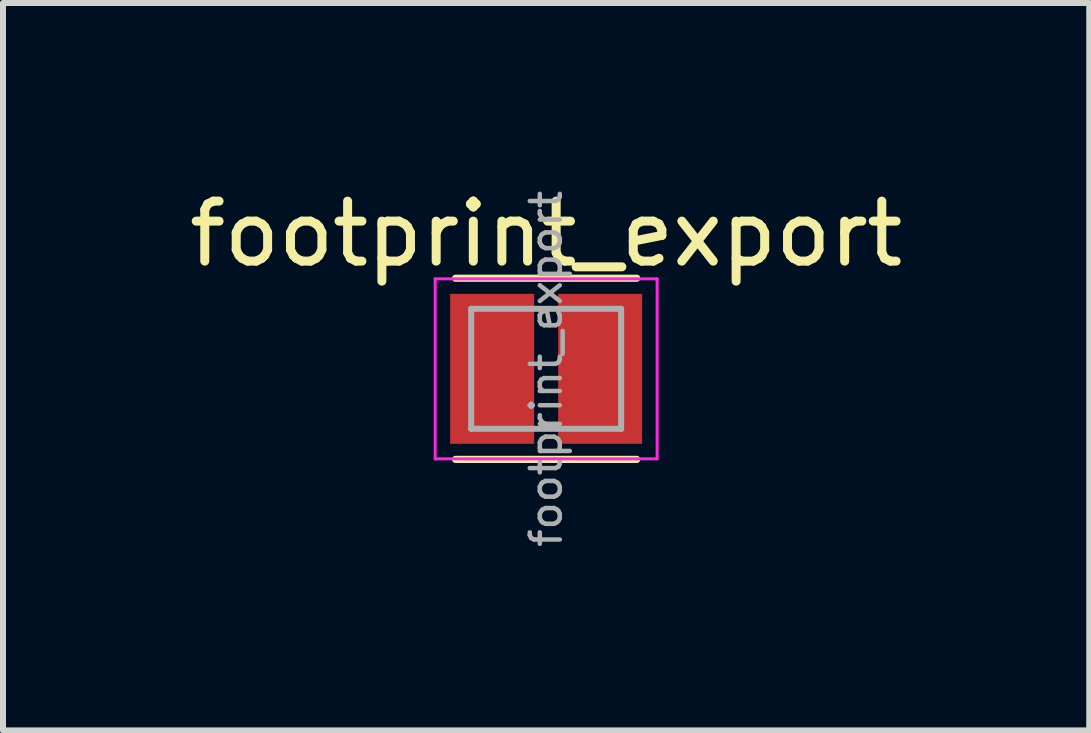
<source format=kicad_pcb>
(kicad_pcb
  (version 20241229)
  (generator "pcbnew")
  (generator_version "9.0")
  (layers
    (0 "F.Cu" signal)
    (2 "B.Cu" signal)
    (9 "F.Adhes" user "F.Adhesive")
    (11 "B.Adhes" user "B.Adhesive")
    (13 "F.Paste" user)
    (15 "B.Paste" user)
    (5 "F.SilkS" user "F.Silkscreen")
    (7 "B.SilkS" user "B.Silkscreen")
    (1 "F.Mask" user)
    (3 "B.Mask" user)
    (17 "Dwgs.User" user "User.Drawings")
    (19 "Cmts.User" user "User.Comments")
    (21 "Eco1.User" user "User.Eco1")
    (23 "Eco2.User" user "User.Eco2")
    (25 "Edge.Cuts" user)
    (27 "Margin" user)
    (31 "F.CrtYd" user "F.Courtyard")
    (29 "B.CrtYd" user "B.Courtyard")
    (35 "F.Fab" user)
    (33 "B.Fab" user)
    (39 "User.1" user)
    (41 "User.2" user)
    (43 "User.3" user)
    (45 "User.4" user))
  (footprint "footprint_export"
    (layer "F.Cu")
    (at 6.054 3.098)
    (property "Reference" "footprint_export" (at 0 -2.25 0) (layer "F.SilkS") (effects (font (size 1 1) (thickness 0.15))))
    (attr smd)
    (fp_line (start -1.51 -1.51) (end 1.51 -1.51) (stroke (width 0.12) (type solid)) (layer "F.SilkS"))
    (fp_line (start -1.51 1.51) (end 1.51 1.51) (stroke (width 0.12) (type solid)) (layer "F.SilkS"))
    (fp_line (start -1.85 -1.5) (end -1.85 1.5) (stroke (width 0.05) (type solid)) (layer "F.CrtYd"))
    (fp_line (start -1.85 1.5) (end 1.85 1.5) (stroke (width 0.05) (type solid)) (layer "F.CrtYd"))
    (fp_line (start 1.85 -1.5) (end -1.85 -1.5) (stroke (width 0.05) (type solid)) (layer "F.CrtYd"))
    (fp_line (start 1.85 1.5) (end 1.85 -1.5) (stroke (width 0.05) (type solid)) (layer "F.CrtYd"))
    (fp_line (start -1.25 -1) (end -1.25 1) (stroke (width 0.1) (type solid)) (layer "F.Fab"))
    (fp_line (start -1.25 1) (end 1.25 1) (stroke (width 0.1) (type solid)) (layer "F.Fab"))
    (fp_line (start 1.25 -1) (end -1.25 -1) (stroke (width 0.1) (type solid)) (layer "F.Fab"))
    (fp_line (start 1.25 1) (end 1.25 -1) (stroke (width 0.1) (type solid)) (layer "F.Fab"))
    (fp_text user "${REFERENCE}" (at 0 0 90) (layer "F.Fab") (effects (font (size 0.5 0.5) (thickness 0.075))))
    (pad "1" smd rect (at -0.9 0) (size 1.4 2.5) (layers "F.Cu" "F.Mask" "F.Paste"))
    (pad "2" smd rect (at 0.9 0) (size 1.4 2.5) (layers "F.Cu" "F.Mask" "F.Paste")))
  (gr_rect
    (start -3 -3)
    (end 15.107 9.125)
    (stroke (width 0.1) (type default))
    (fill no)
    (layer "Edge.Cuts")))
</source>
